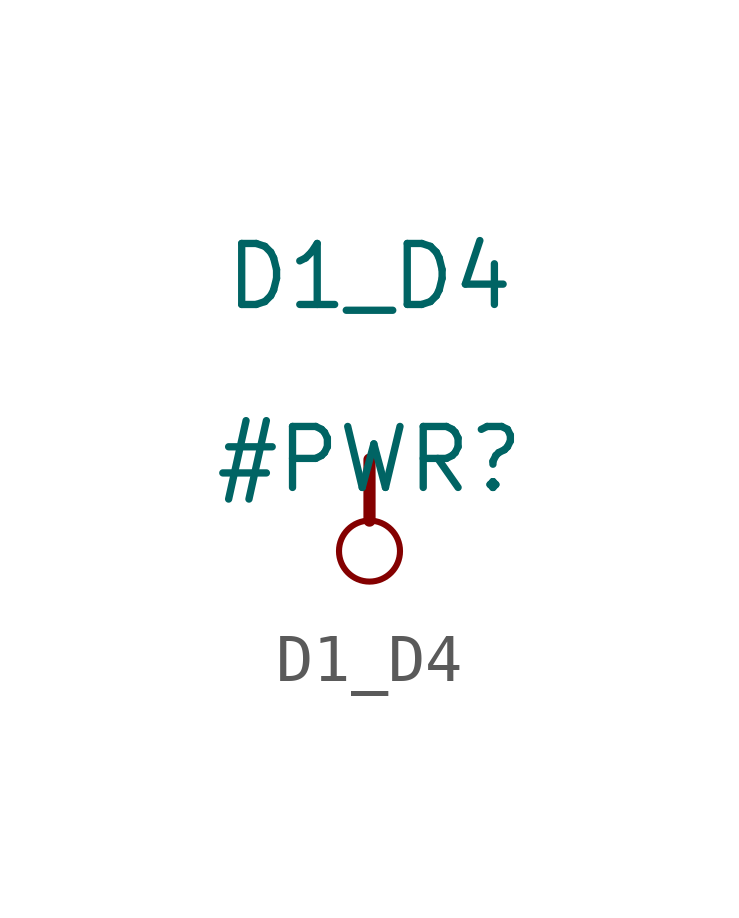
<source format=kicad_sym>
(kicad_symbol_lib
  (version 20211014)
  (generator kicad_symbol_editor)
  (symbol "D1_D4"
    (power)
    (property "Reference" "#PWR"
      (at 0 0 0)
      (effects (font (size 1.27 1.27))))
    (property "Value" "D1_D4"
      (at 0 3.81 0)
      (effects (font (size 1.27 1.27))))
    (symbol "D1_D4_0_0"
      (circle (center 0 -1.905) (radius 0.635) (stroke (width 0.127) (type default) (color 0 0 0 0)) (fill (type none)))
      (polyline (pts (xy 0 0) (xy 0 -1.27)) (stroke (width 0.254) (type default) (color 0 0 0 0)) (fill (type none)))
      (pin power_in line (at 0 0 0) (length 0) hide (name "D1_D4" (effects (font (size 1.27 1.27)))) (number "" (effects (font (size 1.27 1.27))))))))
</source>
